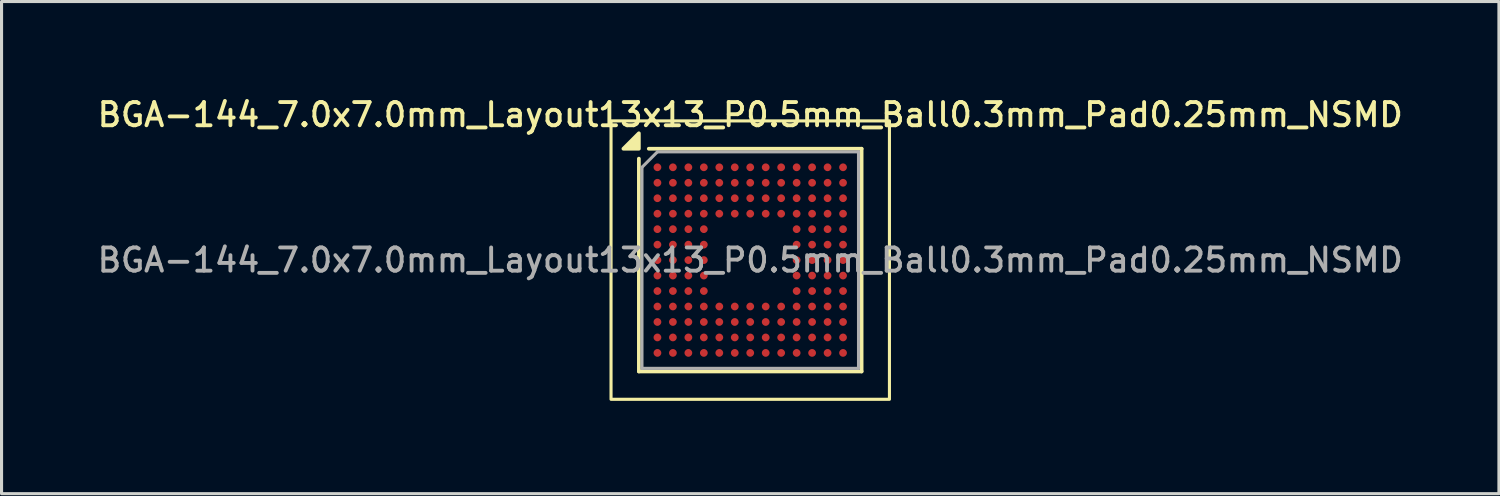
<source format=kicad_pcb>
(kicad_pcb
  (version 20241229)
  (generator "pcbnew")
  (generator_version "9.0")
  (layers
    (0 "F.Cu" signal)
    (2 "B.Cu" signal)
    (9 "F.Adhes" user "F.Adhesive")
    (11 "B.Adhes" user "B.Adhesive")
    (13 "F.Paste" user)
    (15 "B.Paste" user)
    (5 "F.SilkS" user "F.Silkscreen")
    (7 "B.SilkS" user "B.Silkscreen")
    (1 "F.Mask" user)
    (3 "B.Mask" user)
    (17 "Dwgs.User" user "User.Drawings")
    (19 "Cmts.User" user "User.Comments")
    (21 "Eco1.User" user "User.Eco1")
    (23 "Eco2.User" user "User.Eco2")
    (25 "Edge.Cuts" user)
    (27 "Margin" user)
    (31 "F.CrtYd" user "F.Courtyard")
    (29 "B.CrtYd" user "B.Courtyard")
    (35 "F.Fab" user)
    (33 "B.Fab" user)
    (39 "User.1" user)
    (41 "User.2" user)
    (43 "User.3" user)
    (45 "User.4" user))
  (footprint "BGA-144_7.0x7.0mm_Layout13x13_P0.5mm_Ball0.3mm_Pad0.25mm_NSMD"
    (layer "F.Cu")
    (at 21.202 5.358)
    (property "Reference" "BGA-144_7.0x7.0mm_Layout13x13_P0.5mm_Ball0.3mm_Pad0.25mm_NSMD" (at 0 -4.7 0) (layer "F.SilkS") (effects (font (size 0.75 0.75) (thickness 0.125))))
    (attr smd)
    (fp_line (start -3.6 -3.28) (end -3.6 3.6) (stroke (width 0.12) (type solid)) (layer "F.SilkS"))
    (fp_line (start -3.6 3.6) (end 3.6 3.6) (stroke (width 0.12) (type solid)) (layer "F.SilkS"))
    (fp_line (start 3.6 -3.6) (end -3.28 -3.6) (stroke (width 0.12) (type solid)) (layer "F.SilkS"))
    (fp_line (start 3.6 3.6) (end 3.6 -3.6) (stroke (width 0.12) (type solid)) (layer "F.SilkS"))
    (fp_rect (start 4.5 4.5) (end -4.5 -4.5) (stroke (width 0.1) (type solid)) (fill no) (layer "F.SilkS"))
    (fp_poly (pts (xy -3.6 -3.6) (xy -4.1 -3.6) (xy -3.6 -4.1) (xy -3.6 -3.6)) (stroke (width 0.12) (type solid)) (fill yes) (layer "F.SilkS"))
    (fp_line (start -3.5 -3) (end -3.5 3.5) (stroke (width 0.1) (type solid)) (layer "F.Fab"))
    (fp_line (start -3.5 3.5) (end 3.5 3.5) (stroke (width 0.1) (type solid)) (layer "F.Fab"))
    (fp_line (start -3 -3.5) (end -3.5 -3) (stroke (width 0.1) (type solid)) (layer "F.Fab"))
    (fp_line (start 3.5 -3.5) (end -3 -3.5) (stroke (width 0.1) (type solid)) (layer "F.Fab"))
    (fp_line (start 3.5 3.5) (end 3.5 -3.5) (stroke (width 0.1) (type solid)) (layer "F.Fab"))
    (fp_text user "${REFERENCE}" (at 0 0 0) (layer "F.Fab") (effects (font (size 0.75 0.75) (thickness 0.125))))
    (pad "A1" smd circle (at -3 -3) (size 0.25 0.25) (property pad_prop_bga) (layers "F.Cu" "F.Mask" "F.Paste"))
    (pad "A2" smd circle (at -2.5 -3) (size 0.25 0.25) (property pad_prop_bga) (layers "F.Cu" "F.Mask" "F.Paste"))
    (pad "A3" smd circle (at -2 -3) (size 0.25 0.25) (property pad_prop_bga) (layers "F.Cu" "F.Mask" "F.Paste"))
    (pad "A4" smd circle (at -1.5 -3) (size 0.25 0.25) (property pad_prop_bga) (layers "F.Cu" "F.Mask" "F.Paste"))
    (pad "A5" smd circle (at -1 -3) (size 0.25 0.25) (property pad_prop_bga) (layers "F.Cu" "F.Mask" "F.Paste"))
    (pad "A6" smd circle (at -0.5 -3) (size 0.25 0.25) (property pad_prop_bga) (layers "F.Cu" "F.Mask" "F.Paste"))
    (pad "A7" smd circle (at 0 -3) (size 0.25 0.25) (property pad_prop_bga) (layers "F.Cu" "F.Mask" "F.Paste"))
    (pad "A8" smd circle (at 0.5 -3) (size 0.25 0.25) (property pad_prop_bga) (layers "F.Cu" "F.Mask" "F.Paste"))
    (pad "A9" smd circle (at 1 -3) (size 0.25 0.25) (property pad_prop_bga) (layers "F.Cu" "F.Mask" "F.Paste"))
    (pad "A10" smd circle (at 1.5 -3) (size 0.25 0.25) (property pad_prop_bga) (layers "F.Cu" "F.Mask" "F.Paste"))
    (pad "A11" smd circle (at 2 -3) (size 0.25 0.25) (property pad_prop_bga) (layers "F.Cu" "F.Mask" "F.Paste"))
    (pad "A12" smd circle (at 2.5 -3) (size 0.25 0.25) (property pad_prop_bga) (layers "F.Cu" "F.Mask" "F.Paste"))
    (pad "A13" smd circle (at 3 -3) (size 0.25 0.25) (property pad_prop_bga) (layers "F.Cu" "F.Mask" "F.Paste"))
    (pad "B1" smd circle (at -3 -2.5) (size 0.25 0.25) (property pad_prop_bga) (layers "F.Cu" "F.Mask" "F.Paste"))
    (pad "B2" smd circle (at -2.5 -2.5) (size 0.25 0.25) (property pad_prop_bga) (layers "F.Cu" "F.Mask" "F.Paste"))
    (pad "B3" smd circle (at -2 -2.5) (size 0.25 0.25) (property pad_prop_bga) (layers "F.Cu" "F.Mask" "F.Paste"))
    (pad "B4" smd circle (at -1.5 -2.5) (size 0.25 0.25) (property pad_prop_bga) (layers "F.Cu" "F.Mask" "F.Paste"))
    (pad "B5" smd circle (at -1 -2.5) (size 0.25 0.25) (property pad_prop_bga) (layers "F.Cu" "F.Mask" "F.Paste"))
    (pad "B6" smd circle (at -0.5 -2.5) (size 0.25 0.25) (property pad_prop_bga) (layers "F.Cu" "F.Mask" "F.Paste"))
    (pad "B7" smd circle (at 0 -2.5) (size 0.25 0.25) (property pad_prop_bga) (layers "F.Cu" "F.Mask" "F.Paste"))
    (pad "B8" smd circle (at 0.5 -2.5) (size 0.25 0.25) (property pad_prop_bga) (layers "F.Cu" "F.Mask" "F.Paste"))
    (pad "B9" smd circle (at 1 -2.5) (size 0.25 0.25) (property pad_prop_bga) (layers "F.Cu" "F.Mask" "F.Paste"))
    (pad "B10" smd circle (at 1.5 -2.5) (size 0.25 0.25) (property pad_prop_bga) (layers "F.Cu" "F.Mask" "F.Paste"))
    (pad "B11" smd circle (at 2 -2.5) (size 0.25 0.25) (property pad_prop_bga) (layers "F.Cu" "F.Mask" "F.Paste"))
    (pad "B12" smd circle (at 2.5 -2.5) (size 0.25 0.25) (property pad_prop_bga) (layers "F.Cu" "F.Mask" "F.Paste"))
    (pad "B13" smd circle (at 3 -2.5) (size 0.25 0.25) (property pad_prop_bga) (layers "F.Cu" "F.Mask" "F.Paste"))
    (pad "C1" smd circle (at -3 -2) (size 0.25 0.25) (property pad_prop_bga) (layers "F.Cu" "F.Mask" "F.Paste"))
    (pad "C2" smd circle (at -2.5 -2) (size 0.25 0.25) (property pad_prop_bga) (layers "F.Cu" "F.Mask" "F.Paste"))
    (pad "C3" smd circle (at -2 -2) (size 0.25 0.25) (property pad_prop_bga) (layers "F.Cu" "F.Mask" "F.Paste"))
    (pad "C4" smd circle (at -1.5 -2) (size 0.25 0.25) (property pad_prop_bga) (layers "F.Cu" "F.Mask" "F.Paste"))
    (pad "C5" smd circle (at -1 -2) (size 0.25 0.25) (property pad_prop_bga) (layers "F.Cu" "F.Mask" "F.Paste"))
    (pad "C6" smd circle (at -0.5 -2) (size 0.25 0.25) (property pad_prop_bga) (layers "F.Cu" "F.Mask" "F.Paste"))
    (pad "C7" smd circle (at 0 -2) (size 0.25 0.25) (property pad_prop_bga) (layers "F.Cu" "F.Mask" "F.Paste"))
    (pad "C8" smd circle (at 0.5 -2) (size 0.25 0.25) (property pad_prop_bga) (layers "F.Cu" "F.Mask" "F.Paste"))
    (pad "C9" smd circle (at 1 -2) (size 0.25 0.25) (property pad_prop_bga) (layers "F.Cu" "F.Mask" "F.Paste"))
    (pad "C10" smd circle (at 1.5 -2) (size 0.25 0.25) (property pad_prop_bga) (layers "F.Cu" "F.Mask" "F.Paste"))
    (pad "C11" smd circle (at 2 -2) (size 0.25 0.25) (property pad_prop_bga) (layers "F.Cu" "F.Mask" "F.Paste"))
    (pad "C12" smd circle (at 2.5 -2) (size 0.25 0.25) (property pad_prop_bga) (layers "F.Cu" "F.Mask" "F.Paste"))
    (pad "C13" smd circle (at 3 -2) (size 0.25 0.25) (property pad_prop_bga) (layers "F.Cu" "F.Mask" "F.Paste"))
    (pad "D1" smd circle (at -3 -1.5) (size 0.25 0.25) (property pad_prop_bga) (layers "F.Cu" "F.Mask" "F.Paste"))
    (pad "D2" smd circle (at -2.5 -1.5) (size 0.25 0.25) (property pad_prop_bga) (layers "F.Cu" "F.Mask" "F.Paste"))
    (pad "D3" smd circle (at -2 -1.5) (size 0.25 0.25) (property pad_prop_bga) (layers "F.Cu" "F.Mask" "F.Paste"))
    (pad "D4" smd circle (at -1.5 -1.5) (size 0.25 0.25) (property pad_prop_bga) (layers "F.Cu" "F.Mask" "F.Paste"))
    (pad "D5" smd circle (at -1 -1.5) (size 0.25 0.25) (property pad_prop_bga) (layers "F.Cu" "F.Mask" "F.Paste"))
    (pad "D6" smd circle (at -0.5 -1.5) (size 0.25 0.25) (property pad_prop_bga) (layers "F.Cu" "F.Mask" "F.Paste"))
    (pad "D7" smd circle (at 0 -1.5) (size 0.25 0.25) (property pad_prop_bga) (layers "F.Cu" "F.Mask" "F.Paste"))
    (pad "D8" smd circle (at 0.5 -1.5) (size 0.25 0.25) (property pad_prop_bga) (layers "F.Cu" "F.Mask" "F.Paste"))
    (pad "D9" smd circle (at 1 -1.5) (size 0.25 0.25) (property pad_prop_bga) (layers "F.Cu" "F.Mask" "F.Paste"))
    (pad "D10" smd circle (at 1.5 -1.5) (size 0.25 0.25) (property pad_prop_bga) (layers "F.Cu" "F.Mask" "F.Paste"))
    (pad "D11" smd circle (at 2 -1.5) (size 0.25 0.25) (property pad_prop_bga) (layers "F.Cu" "F.Mask" "F.Paste"))
    (pad "D12" smd circle (at 2.5 -1.5) (size 0.25 0.25) (property pad_prop_bga) (layers "F.Cu" "F.Mask" "F.Paste"))
    (pad "D13" smd circle (at 3 -1.5) (size 0.25 0.25) (property pad_prop_bga) (layers "F.Cu" "F.Mask" "F.Paste"))
    (pad "E1" smd circle (at -3 -1) (size 0.25 0.25) (property pad_prop_bga) (layers "F.Cu" "F.Mask" "F.Paste"))
    (pad "E2" smd circle (at -2.5 -1) (size 0.25 0.25) (property pad_prop_bga) (layers "F.Cu" "F.Mask" "F.Paste"))
    (pad "E3" smd circle (at -2 -1) (size 0.25 0.25) (property pad_prop_bga) (layers "F.Cu" "F.Mask" "F.Paste"))
    (pad "E4" smd circle (at -1.5 -1) (size 0.25 0.25) (property pad_prop_bga) (layers "F.Cu" "F.Mask" "F.Paste"))
    (pad "E10" smd circle (at 1.5 -1) (size 0.25 0.25) (property pad_prop_bga) (layers "F.Cu" "F.Mask" "F.Paste"))
    (pad "E11" smd circle (at 2 -1) (size 0.25 0.25) (property pad_prop_bga) (layers "F.Cu" "F.Mask" "F.Paste"))
    (pad "E12" smd circle (at 2.5 -1) (size 0.25 0.25) (property pad_prop_bga) (layers "F.Cu" "F.Mask" "F.Paste"))
    (pad "E13" smd circle (at 3 -1) (size 0.25 0.25) (property pad_prop_bga) (layers "F.Cu" "F.Mask" "F.Paste"))
    (pad "F1" smd circle (at -3 -0.5) (size 0.25 0.25) (property pad_prop_bga) (layers "F.Cu" "F.Mask" "F.Paste"))
    (pad "F2" smd circle (at -2.5 -0.5) (size 0.25 0.25) (property pad_prop_bga) (layers "F.Cu" "F.Mask" "F.Paste"))
    (pad "F3" smd circle (at -2 -0.5) (size 0.25 0.25) (property pad_prop_bga) (layers "F.Cu" "F.Mask" "F.Paste"))
    (pad "F4" smd circle (at -1.5 -0.5) (size 0.25 0.25) (property pad_prop_bga) (layers "F.Cu" "F.Mask" "F.Paste"))
    (pad "F10" smd circle (at 1.5 -0.5) (size 0.25 0.25) (property pad_prop_bga) (layers "F.Cu" "F.Mask" "F.Paste"))
    (pad "F11" smd circle (at 2 -0.5) (size 0.25 0.25) (property pad_prop_bga) (layers "F.Cu" "F.Mask" "F.Paste"))
    (pad "F12" smd circle (at 2.5 -0.5) (size 0.25 0.25) (property pad_prop_bga) (layers "F.Cu" "F.Mask" "F.Paste"))
    (pad "F13" smd circle (at 3 -0.5) (size 0.25 0.25) (property pad_prop_bga) (layers "F.Cu" "F.Mask" "F.Paste"))
    (pad "G1" smd circle (at -3 0) (size 0.25 0.25) (property pad_prop_bga) (layers "F.Cu" "F.Mask" "F.Paste"))
    (pad "G2" smd circle (at -2.5 0) (size 0.25 0.25) (property pad_prop_bga) (layers "F.Cu" "F.Mask" "F.Paste"))
    (pad "G3" smd circle (at -2 0) (size 0.25 0.25) (property pad_prop_bga) (layers "F.Cu" "F.Mask" "F.Paste"))
    (pad "G4" smd circle (at -1.5 0) (size 0.25 0.25) (property pad_prop_bga) (layers "F.Cu" "F.Mask" "F.Paste"))
    (pad "G10" smd circle (at 1.5 0) (size 0.25 0.25) (property pad_prop_bga) (layers "F.Cu" "F.Mask" "F.Paste"))
    (pad "G11" smd circle (at 2 0) (size 0.25 0.25) (property pad_prop_bga) (layers "F.Cu" "F.Mask" "F.Paste"))
    (pad "G12" smd circle (at 2.5 0) (size 0.25 0.25) (property pad_prop_bga) (layers "F.Cu" "F.Mask" "F.Paste"))
    (pad "G13" smd circle (at 3 0) (size 0.25 0.25) (property pad_prop_bga) (layers "F.Cu" "F.Mask" "F.Paste"))
    (pad "H1" smd circle (at -3 0.5) (size 0.25 0.25) (property pad_prop_bga) (layers "F.Cu" "F.Mask" "F.Paste"))
    (pad "H2" smd circle (at -2.5 0.5) (size 0.25 0.25) (property pad_prop_bga) (layers "F.Cu" "F.Mask" "F.Paste"))
    (pad "H3" smd circle (at -2 0.5) (size 0.25 0.25) (property pad_prop_bga) (layers "F.Cu" "F.Mask" "F.Paste"))
    (pad "H4" smd circle (at -1.5 0.5) (size 0.25 0.25) (property pad_prop_bga) (layers "F.Cu" "F.Mask" "F.Paste"))
    (pad "H10" smd circle (at 1.5 0.5) (size 0.25 0.25) (property pad_prop_bga) (layers "F.Cu" "F.Mask" "F.Paste"))
    (pad "H11" smd circle (at 2 0.5) (size 0.25 0.25) (property pad_prop_bga) (layers "F.Cu" "F.Mask" "F.Paste"))
    (pad "H12" smd circle (at 2.5 0.5) (size 0.25 0.25) (property pad_prop_bga) (layers "F.Cu" "F.Mask" "F.Paste"))
    (pad "H13" smd circle (at 3 0.5) (size 0.25 0.25) (property pad_prop_bga) (layers "F.Cu" "F.Mask" "F.Paste"))
    (pad "J1" smd circle (at -3 1) (size 0.25 0.25) (property pad_prop_bga) (layers "F.Cu" "F.Mask" "F.Paste"))
    (pad "J2" smd circle (at -2.5 1) (size 0.25 0.25) (property pad_prop_bga) (layers "F.Cu" "F.Mask" "F.Paste"))
    (pad "J3" smd circle (at -2 1) (size 0.25 0.25) (property pad_prop_bga) (layers "F.Cu" "F.Mask" "F.Paste"))
    (pad "J4" smd circle (at -1.5 1) (size 0.25 0.25) (property pad_prop_bga) (layers "F.Cu" "F.Mask" "F.Paste"))
    (pad "J10" smd circle (at 1.5 1) (size 0.25 0.25) (property pad_prop_bga) (layers "F.Cu" "F.Mask" "F.Paste"))
    (pad "J11" smd circle (at 2 1) (size 0.25 0.25) (property pad_prop_bga) (layers "F.Cu" "F.Mask" "F.Paste"))
    (pad "J12" smd circle (at 2.5 1) (size 0.25 0.25) (property pad_prop_bga) (layers "F.Cu" "F.Mask" "F.Paste"))
    (pad "J13" smd circle (at 3 1) (size 0.25 0.25) (property pad_prop_bga) (layers "F.Cu" "F.Mask" "F.Paste"))
    (pad "K1" smd circle (at -3 1.5) (size 0.25 0.25) (property pad_prop_bga) (layers "F.Cu" "F.Mask" "F.Paste"))
    (pad "K2" smd circle (at -2.5 1.5) (size 0.25 0.25) (property pad_prop_bga) (layers "F.Cu" "F.Mask" "F.Paste"))
    (pad "K3" smd circle (at -2 1.5) (size 0.25 0.25) (property pad_prop_bga) (layers "F.Cu" "F.Mask" "F.Paste"))
    (pad "K4" smd circle (at -1.5 1.5) (size 0.25 0.25) (property pad_prop_bga) (layers "F.Cu" "F.Mask" "F.Paste"))
    (pad "K5" smd circle (at -1 1.5) (size 0.25 0.25) (property pad_prop_bga) (layers "F.Cu" "F.Mask" "F.Paste"))
    (pad "K6" smd circle (at -0.5 1.5) (size 0.25 0.25) (property pad_prop_bga) (layers "F.Cu" "F.Mask" "F.Paste"))
    (pad "K7" smd circle (at 0 1.5) (size 0.25 0.25) (property pad_prop_bga) (layers "F.Cu" "F.Mask" "F.Paste"))
    (pad "K8" smd circle (at 0.5 1.5) (size 0.25 0.25) (property pad_prop_bga) (layers "F.Cu" "F.Mask" "F.Paste"))
    (pad "K9" smd circle (at 1 1.5) (size 0.25 0.25) (property pad_prop_bga) (layers "F.Cu" "F.Mask" "F.Paste"))
    (pad "K10" smd circle (at 1.5 1.5) (size 0.25 0.25) (property pad_prop_bga) (layers "F.Cu" "F.Mask" "F.Paste"))
    (pad "K11" smd circle (at 2 1.5) (size 0.25 0.25) (property pad_prop_bga) (layers "F.Cu" "F.Mask" "F.Paste"))
    (pad "K12" smd circle (at 2.5 1.5) (size 0.25 0.25) (property pad_prop_bga) (layers "F.Cu" "F.Mask" "F.Paste"))
    (pad "K13" smd circle (at 3 1.5) (size 0.25 0.25) (property pad_prop_bga) (layers "F.Cu" "F.Mask" "F.Paste"))
    (pad "L1" smd circle (at -3 2) (size 0.25 0.25) (property pad_prop_bga) (layers "F.Cu" "F.Mask" "F.Paste"))
    (pad "L2" smd circle (at -2.5 2) (size 0.25 0.25) (property pad_prop_bga) (layers "F.Cu" "F.Mask" "F.Paste"))
    (pad "L3" smd circle (at -2 2) (size 0.25 0.25) (property pad_prop_bga) (layers "F.Cu" "F.Mask" "F.Paste"))
    (pad "L4" smd circle (at -1.5 2) (size 0.25 0.25) (property pad_prop_bga) (layers "F.Cu" "F.Mask" "F.Paste"))
    (pad "L5" smd circle (at -1 2) (size 0.25 0.25) (property pad_prop_bga) (layers "F.Cu" "F.Mask" "F.Paste"))
    (pad "L6" smd circle (at -0.5 2) (size 0.25 0.25) (property pad_prop_bga) (layers "F.Cu" "F.Mask" "F.Paste"))
    (pad "L7" smd circle (at 0 2) (size 0.25 0.25) (property pad_prop_bga) (layers "F.Cu" "F.Mask" "F.Paste"))
    (pad "L8" smd circle (at 0.5 2) (size 0.25 0.25) (property pad_prop_bga) (layers "F.Cu" "F.Mask" "F.Paste"))
    (pad "L9" smd circle (at 1 2) (size 0.25 0.25) (property pad_prop_bga) (layers "F.Cu" "F.Mask" "F.Paste"))
    (pad "L10" smd circle (at 1.5 2) (size 0.25 0.25) (property pad_prop_bga) (layers "F.Cu" "F.Mask" "F.Paste"))
    (pad "L11" smd circle (at 2 2) (size 0.25 0.25) (property pad_prop_bga) (layers "F.Cu" "F.Mask" "F.Paste"))
    (pad "L12" smd circle (at 2.5 2) (size 0.25 0.25) (property pad_prop_bga) (layers "F.Cu" "F.Mask" "F.Paste"))
    (pad "L13" smd circle (at 3 2) (size 0.25 0.25) (property pad_prop_bga) (layers "F.Cu" "F.Mask" "F.Paste"))
    (pad "M1" smd circle (at -3 2.5) (size 0.25 0.25) (property pad_prop_bga) (layers "F.Cu" "F.Mask" "F.Paste"))
    (pad "M2" smd circle (at -2.5 2.5) (size 0.25 0.25) (property pad_prop_bga) (layers "F.Cu" "F.Mask" "F.Paste"))
    (pad "M3" smd circle (at -2 2.5) (size 0.25 0.25) (property pad_prop_bga) (layers "F.Cu" "F.Mask" "F.Paste"))
    (pad "M4" smd circle (at -1.5 2.5) (size 0.25 0.25) (property pad_prop_bga) (layers "F.Cu" "F.Mask" "F.Paste"))
    (pad "M5" smd circle (at -1 2.5) (size 0.25 0.25) (property pad_prop_bga) (layers "F.Cu" "F.Mask" "F.Paste"))
    (pad "M6" smd circle (at -0.5 2.5) (size 0.25 0.25) (property pad_prop_bga) (layers "F.Cu" "F.Mask" "F.Paste"))
    (pad "M7" smd circle (at 0 2.5) (size 0.25 0.25) (property pad_prop_bga) (layers "F.Cu" "F.Mask" "F.Paste"))
    (pad "M8" smd circle (at 0.5 2.5) (size 0.25 0.25) (property pad_prop_bga) (layers "F.Cu" "F.Mask" "F.Paste"))
    (pad "M9" smd circle (at 1 2.5) (size 0.25 0.25) (property pad_prop_bga) (layers "F.Cu" "F.Mask" "F.Paste"))
    (pad "M10" smd circle (at 1.5 2.5) (size 0.25 0.25) (property pad_prop_bga) (layers "F.Cu" "F.Mask" "F.Paste"))
    (pad "M11" smd circle (at 2 2.5) (size 0.25 0.25) (property pad_prop_bga) (layers "F.Cu" "F.Mask" "F.Paste"))
    (pad "M12" smd circle (at 2.5 2.5) (size 0.25 0.25) (property pad_prop_bga) (layers "F.Cu" "F.Mask" "F.Paste"))
    (pad "M13" smd circle (at 3 2.5) (size 0.25 0.25) (property pad_prop_bga) (layers "F.Cu" "F.Mask" "F.Paste"))
    (pad "N1" smd circle (at -3 3) (size 0.25 0.25) (property pad_prop_bga) (layers "F.Cu" "F.Mask" "F.Paste"))
    (pad "N2" smd circle (at -2.5 3) (size 0.25 0.25) (property pad_prop_bga) (layers "F.Cu" "F.Mask" "F.Paste"))
    (pad "N3" smd circle (at -2 3) (size 0.25 0.25) (property pad_prop_bga) (layers "F.Cu" "F.Mask" "F.Paste"))
    (pad "N4" smd circle (at -1.5 3) (size 0.25 0.25) (property pad_prop_bga) (layers "F.Cu" "F.Mask" "F.Paste"))
    (pad "N5" smd circle (at -1 3) (size 0.25 0.25) (property pad_prop_bga) (layers "F.Cu" "F.Mask" "F.Paste"))
    (pad "N6" smd circle (at -0.5 3) (size 0.25 0.25) (property pad_prop_bga) (layers "F.Cu" "F.Mask" "F.Paste"))
    (pad "N7" smd circle (at 0 3) (size 0.25 0.25) (property pad_prop_bga) (layers "F.Cu" "F.Mask" "F.Paste"))
    (pad "N8" smd circle (at 0.5 3) (size 0.25 0.25) (property pad_prop_bga) (layers "F.Cu" "F.Mask" "F.Paste"))
    (pad "N9" smd circle (at 1 3) (size 0.25 0.25) (property pad_prop_bga) (layers "F.Cu" "F.Mask" "F.Paste"))
    (pad "N10" smd circle (at 1.5 3) (size 0.25 0.25) (property pad_prop_bga) (layers "F.Cu" "F.Mask" "F.Paste"))
    (pad "N11" smd circle (at 2 3) (size 0.25 0.25) (property pad_prop_bga) (layers "F.Cu" "F.Mask" "F.Paste"))
    (pad "N12" smd circle (at 2.5 3) (size 0.25 0.25) (property pad_prop_bga) (layers "F.Cu" "F.Mask" "F.Paste"))
    (pad "N13" smd circle (at 3 3) (size 0.25 0.25) (property pad_prop_bga) (layers "F.Cu" "F.Mask" "F.Paste")))
  (gr_rect
    (start -3 -3)
    (end 45.404 12.908)
    (stroke (width 0.1) (type default))
    (fill no)
    (layer "Edge.Cuts")))
</source>
